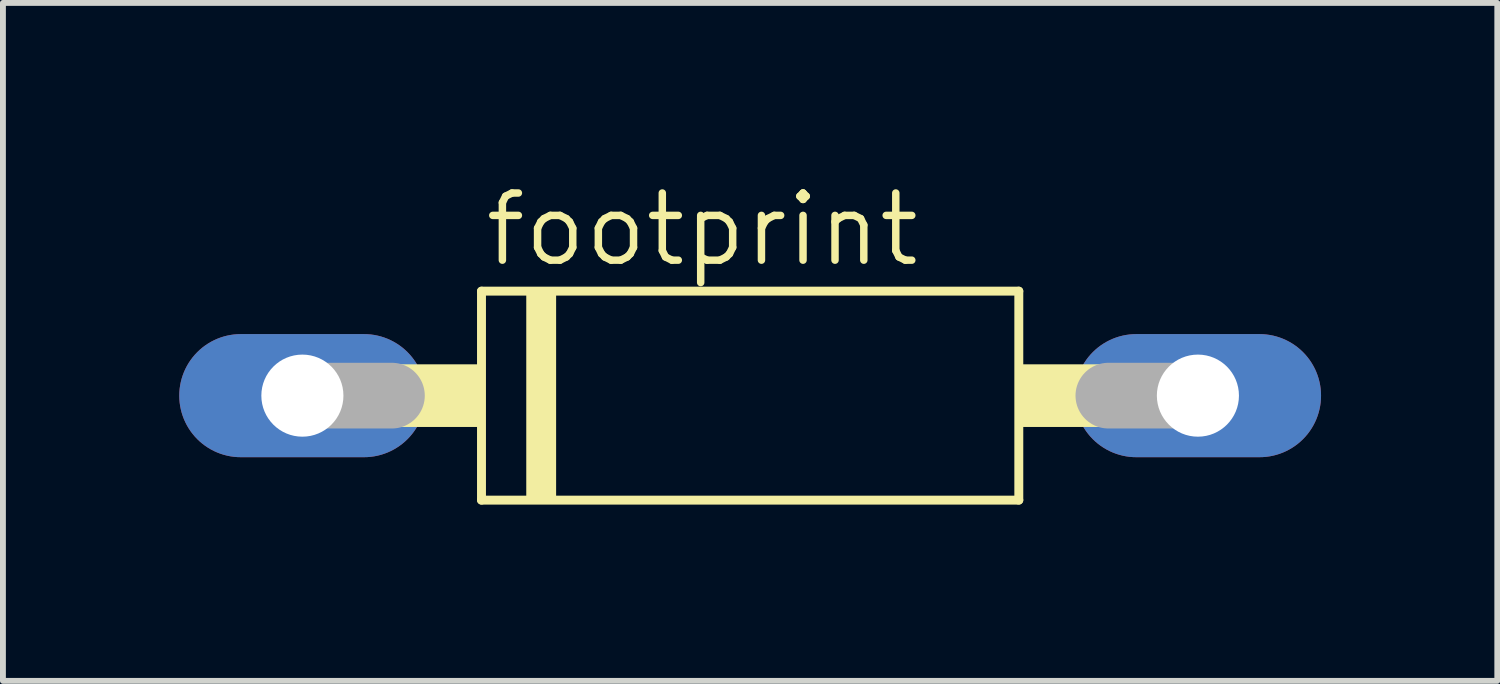
<source format=kicad_pcb>
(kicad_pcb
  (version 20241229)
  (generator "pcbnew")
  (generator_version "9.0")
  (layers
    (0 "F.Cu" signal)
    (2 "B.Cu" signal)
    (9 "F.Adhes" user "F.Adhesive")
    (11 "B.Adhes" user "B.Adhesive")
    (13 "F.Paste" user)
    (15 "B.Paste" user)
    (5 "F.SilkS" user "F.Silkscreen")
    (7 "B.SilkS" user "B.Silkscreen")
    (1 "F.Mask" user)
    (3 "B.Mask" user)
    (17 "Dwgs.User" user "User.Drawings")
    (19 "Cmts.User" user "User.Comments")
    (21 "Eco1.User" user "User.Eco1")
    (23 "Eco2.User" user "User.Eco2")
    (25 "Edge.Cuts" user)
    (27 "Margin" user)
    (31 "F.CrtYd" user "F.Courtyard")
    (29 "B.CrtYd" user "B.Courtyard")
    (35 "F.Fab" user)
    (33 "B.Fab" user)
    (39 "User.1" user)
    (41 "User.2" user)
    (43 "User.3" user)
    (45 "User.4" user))
  (footprint "footprint"
    (layer "F.Cu")
    (at 9.716 3.683)
    (property "Reference" "footprint" (at -4.572 -2.159 0) (layer "F.SilkS") (effects (font (size 1.143 1.143) (thickness 0.127)) (justify left bottom)))
    (fp_line (start -4.572 1.778) (end -4.572 -1.778) (stroke (width 0.152) (type solid)) (layer "F.SilkS"))
    (fp_line (start -4.572 1.778) (end 4.572 1.778) (stroke (width 0.152) (type solid)) (layer "F.SilkS"))
    (fp_line (start 4.572 -1.778) (end -4.572 -1.778) (stroke (width 0.152) (type solid)) (layer "F.SilkS"))
    (fp_line (start 4.572 -1.778) (end 4.572 1.778) (stroke (width 0.152) (type solid)) (layer "F.SilkS"))
    (fp_poly (pts (xy -5.944 0.533) (xy -4.572 0.533) (xy -4.572 -0.533) (xy -5.944 -0.533)) (stroke (width 0) (type solid)) (fill yes) (layer "F.SilkS"))
    (fp_poly (pts (xy -3.81 1.778) (xy -3.302 1.778) (xy -3.302 -1.778) (xy -3.81 -1.778)) (stroke (width 0) (type solid)) (fill yes) (layer "F.SilkS"))
    (fp_poly (pts (xy 4.572 0.533) (xy 5.944 0.533) (xy 5.944 -0.533) (xy 4.572 -0.533)) (stroke (width 0) (type solid)) (fill yes) (layer "F.SilkS"))
    (fp_line (start -7.62 0) (end -6.096 0) (stroke (width 1.118) (type solid)) (layer "F.Fab"))
    (fp_line (start 7.62 0) (end 6.096 0) (stroke (width 1.118) (type solid)) (layer "F.Fab"))
    (pad "A" thru_hole oval (at 7.62 0) (size 4.191 2.095) (drill 1.397) (layers "*.Cu" "*.Mask"))
    (pad "C" thru_hole oval (at -7.62 0) (size 4.191 2.095) (drill 1.397) (layers "*.Cu" "*.Mask")))
  (gr_rect
    (start -3 -3)
    (end 22.431 8.537)
    (stroke (width 0.1) (type default))
    (fill no)
    (layer "Edge.Cuts")))
</source>
